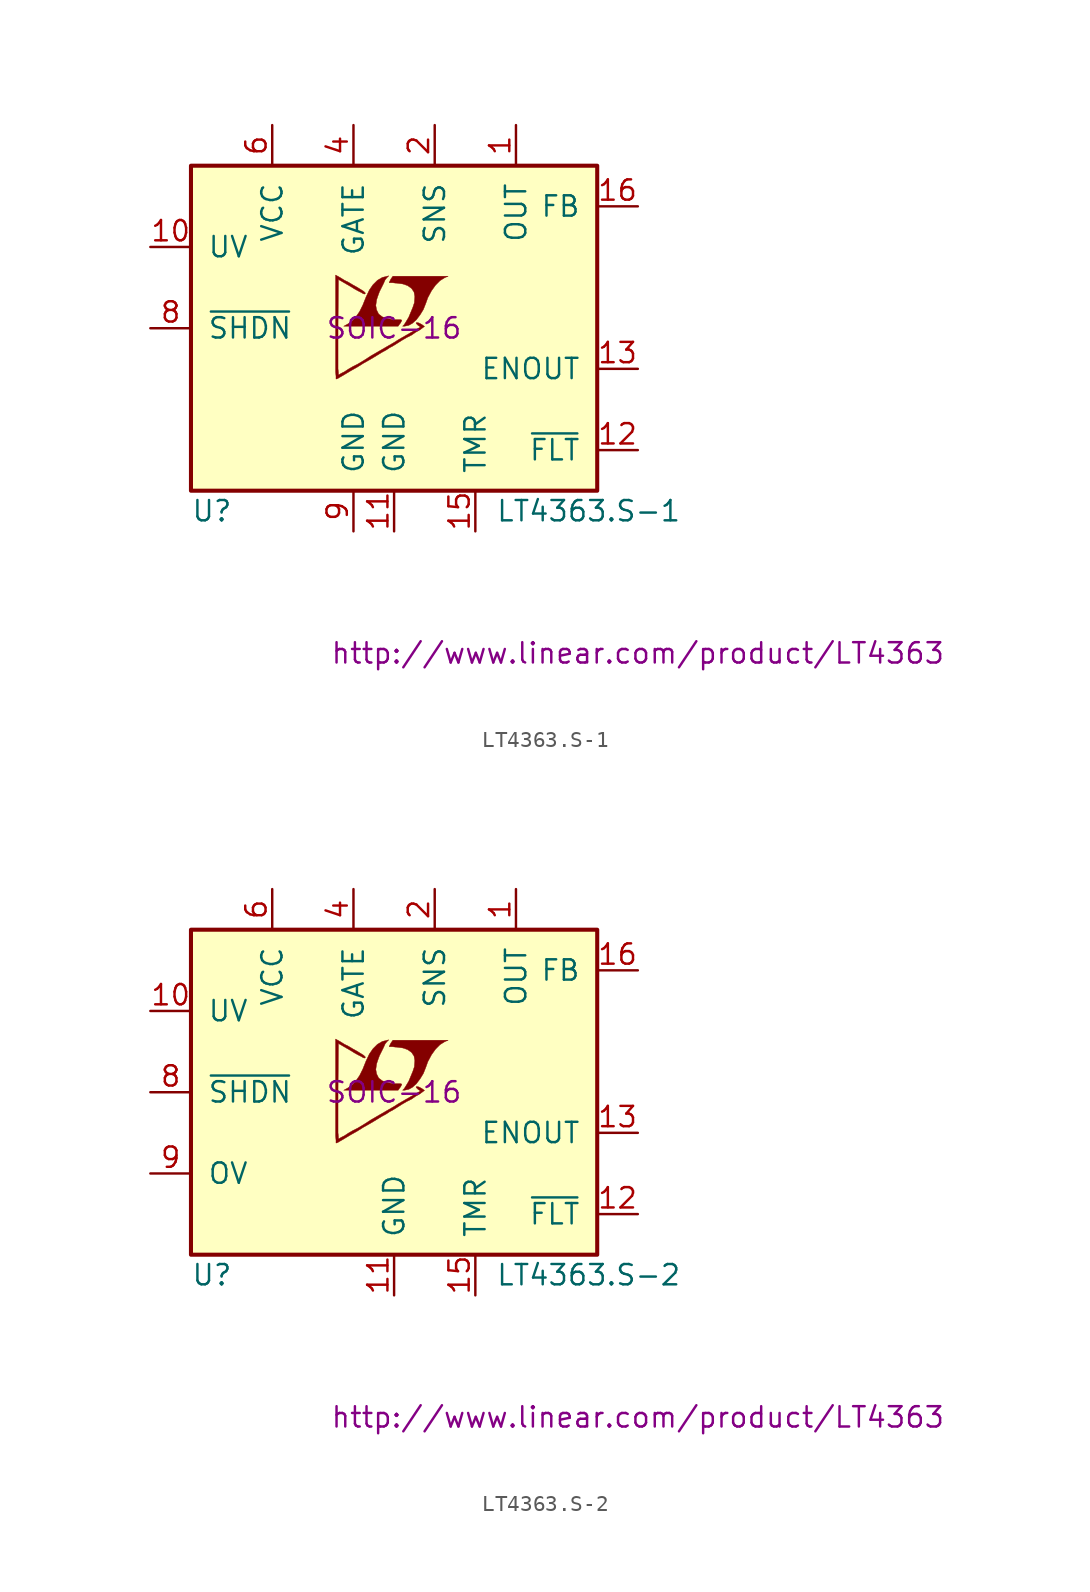
<source format=kicad_sym>
(kicad_symbol_lib
  (version 20201005)
  (generator kicad_symbol_editor)
  (symbol "LT4363.S-1"
    (pin_names
      (offset 1.016))
    (property "Reference" "U"
      (at -12.7 -11.43 0)
      (effects (font (size 1.27 1.27)) (justify left)))
    (property "Value" "LT4363.S-1"
      (at 6.35 -11.43 0)
      (effects (font (size 1.27 1.27)) (justify left)))
    (property "Footprint" "SOIC-16"
      (at 0 0 0)
      (effects (font (size 1.27 1.27))))
    (property "Datasheet" "http://www.linear.com/product/LT4363"
      (at 15.24 -20.32 0)
      (effects (font (size 1.27 1.27))))
    (symbol "LT4363.S-1_0_0"
      (polyline (pts (xy 0.381 0.305) (xy 0.406 0.33) (xy 0.457 0.432) (xy 0.483 0.508) (xy 0.406 0.533) (xy -0.051 0.533) (xy -0.432 0.61) (xy -0.737 0.711) (xy -0.965 0.889) (xy -1.092 1.143) (xy -1.143 1.422) (xy -1.092 1.778) (xy -1.016 2.007) (xy -0.914 2.286) (xy -0.66 2.794) (xy -0.559 3.023) (xy -0.457 3.15) (xy -0.33 3.277) (xy -0.737 3.175) (xy -1.041 2.997) (xy -1.321 2.718) (xy -1.549 2.388) (xy -1.727 2.007) (xy -1.753 1.956) (xy -1.956 1.448) (xy -2.159 1.041) (xy -2.388 0.711) (xy -2.616 0.457) (xy -2.87 0.279) (xy -3.15 0.127) (xy 0.254 0.127) (xy 0.381 0.305)) (stroke (width 0.025)) (fill (type outline)))
      (polyline (pts (xy 0.914 0.178) (xy 1.143 0.305) (xy 1.397 0.533) (xy 1.626 0.838) (xy 1.829 1.168) (xy 1.981 1.549) (xy 2.108 1.905) (xy 2.337 2.337) (xy 2.591 2.692) (xy 2.87 2.972) (xy 3.15 3.15) (xy 3.378 3.251) (xy -0.076 3.251) (xy -0.203 3.073) (xy -0.279 2.921) (xy -0.305 2.845) (xy -0.102 2.845) (xy 0.102 2.819) (xy 0.152 2.819) (xy 0.533 2.769) (xy 0.838 2.667) (xy 1.092 2.489) (xy 1.245 2.261) (xy 1.295 1.981) (xy 1.27 1.651) (xy 1.27 1.6) (xy 1.168 1.295) (xy 0.914 0.686) (xy 0.762 0.432) (xy 0.635 0.229) (xy 0.533 0.127) (xy 0.66 0.127) (xy 0.914 0.178)) (stroke (width 0.025)) (fill (type outline)))
      (polyline (pts (xy -3.531 -3.15) (xy -3.404 -3.073) (xy -3.226 -2.972) (xy -2.718 -2.667) (xy -2.311 -2.438) (xy -1.905 -2.184) (xy -1.499 -1.956) (xy -1.118 -1.727) (xy -0.787 -1.524) (xy -0.508 -1.372) (xy -0.279 -1.219) (xy -0.127 -1.143) (xy 0 -1.067) (xy 0.203 -0.94) (xy 0.483 -0.762) (xy 0.787 -0.584) (xy 1.092 -0.432) (xy 1.346 -0.254) (xy 1.575 -0.127) (xy 1.753 0) (xy 1.854 0.076) (xy 1.905 0.127) (xy 1.88 0.127) (xy 1.778 0.203) (xy 1.651 0.279) (xy 1.549 0.33) (xy 1.422 0.356) (xy 1.372 0.33) (xy 1.397 0.279) (xy 1.499 0.178) (xy 1.651 0.076) (xy 0.279 -0.711) (xy 0 -0.889) (xy -1.448 -1.727) (xy -1.88 -2.007) (xy -2.261 -2.235) (xy -2.565 -2.388) (xy -2.87 -2.565) (xy -3.099 -2.718) (xy -3.302 -2.819) (xy -3.429 -2.896) (xy -3.48 -2.896) (xy -3.48 -2.769) (xy -3.505 -2.54) (xy -3.505 0.076) (xy -3.48 3.048) (xy -2.692 2.591) (xy -2.489 2.464) (xy -2.261 2.337) (xy -2.057 2.235) (xy -1.93 2.159) (xy -1.854 2.134) (xy -1.803 2.159) (xy -1.803 2.21) (xy -1.905 2.311) (xy -2.108 2.438) (xy -2.362 2.591) (xy -2.591 2.718) (xy -2.845 2.87) (xy -3.099 2.997) (xy -3.302 3.124) (xy -3.658 3.327) (xy -3.658 -2.743) (xy -3.632 -2.997) (xy -3.632 -3.175) (xy -3.607 -3.175) (xy -3.531 -3.15)) (stroke (width 0.025)) (fill (type outline))))
    (symbol "LT4363.S-1_0_1"
      (rectangle (start -12.7 10.16) (end 12.7 -10.16) (stroke (width 0.254)) (fill (type background))))
    (symbol "LT4363.S-1_1_1"
      (pin passive line (at 7.62 12.7 270) (length 2.54) (name "OUT" (effects (font (size 1.27 1.27)))) (number "1" (effects (font (size 1.27 1.27)))))
      (pin passive line (at 2.54 12.7 270) (length 2.54) (name "SNS" (effects (font (size 1.27 1.27)))) (number "2" (effects (font (size 1.27 1.27)))))
      (pin unconnected line (at -10.16 -12.7 90) (length 2.54) hide (name "NC" (effects (font (size 1.27 1.27)))) (number "3" (effects (font (size 1.27 1.27)))))
      (pin input line (at -2.54 12.7 270) (length 2.54) (name "GATE" (effects (font (size 1.27 1.27)))) (number "4" (effects (font (size 1.27 1.27)))))
      (pin unconnected line (at -7.62 -12.7 90) (length 2.54) hide (name "NC" (effects (font (size 1.27 1.27)))) (number "5" (effects (font (size 1.27 1.27)))))
      (pin power_in line (at -7.62 12.7 270) (length 2.54) (name "VCC" (effects (font (size 1.27 1.27)))) (number "6" (effects (font (size 1.27 1.27)))))
      (pin unconnected line (at -5.08 -12.7 90) (length 2.54) hide (name "NC" (effects (font (size 1.27 1.27)))) (number "7" (effects (font (size 1.27 1.27)))))
      (pin input line (at -15.24 0 0) (length 2.54) (name "~SHDN~" (effects (font (size 1.27 1.27)))) (number "8" (effects (font (size 1.27 1.27)))))
      (pin power_in line (at -2.54 -12.7 90) (length 2.54) (name "GND" (effects (font (size 1.27 1.27)))) (number "9" (effects (font (size 1.27 1.27)))))
      (pin input line (at -15.24 5.08 0) (length 2.54) (name "UV" (effects (font (size 1.27 1.27)))) (number "10" (effects (font (size 1.27 1.27)))))
      (pin power_in line (at 0 -12.7 90) (length 2.54) (name "GND" (effects (font (size 1.27 1.27)))) (number "11" (effects (font (size 1.27 1.27)))))
      (pin open_collector line (at 15.24 -7.62 180) (length 2.54) (name "~FLT~" (effects (font (size 1.27 1.27)))) (number "12" (effects (font (size 1.27 1.27)))))
      (pin output line (at 15.24 -2.54 180) (length 2.54) (name "ENOUT" (effects (font (size 1.27 1.27)))) (number "13" (effects (font (size 1.27 1.27)))))
      (pin unconnected line (at 7.62 -12.7 90) (length 2.54) hide (name "NC" (effects (font (size 1.27 1.27)))) (number "14" (effects (font (size 1.27 1.27)))))
      (pin passive line (at 5.08 -12.7 90) (length 2.54) (name "TMR" (effects (font (size 1.27 1.27)))) (number "15" (effects (font (size 1.27 1.27)))))
      (pin passive line (at 15.24 7.62 180) (length 2.54) (name "FB" (effects (font (size 1.27 1.27)))) (number "16" (effects (font (size 1.27 1.27)))))))
  (symbol "LT4363.S-2"
    (pin_names
      (offset 1.016))
    (property "Reference" "U"
      (at -12.7 -11.43 0)
      (effects (font (size 1.27 1.27)) (justify left)))
    (property "Value" "LT4363.S-2"
      (at 6.35 -11.43 0)
      (effects (font (size 1.27 1.27)) (justify left)))
    (property "Footprint" "SOIC-16"
      (at 0 0 0)
      (effects (font (size 1.27 1.27))))
    (property "Datasheet" "http://www.linear.com/product/LT4363"
      (at 15.24 -20.32 0)
      (effects (font (size 1.27 1.27))))
    (symbol "LT4363.S-2_0_0"
      (polyline (pts (xy 0.381 0.305) (xy 0.406 0.33) (xy 0.457 0.432) (xy 0.483 0.508) (xy 0.406 0.533) (xy -0.051 0.533) (xy -0.432 0.61) (xy -0.737 0.711) (xy -0.965 0.889) (xy -1.092 1.143) (xy -1.143 1.422) (xy -1.092 1.778) (xy -1.016 2.007) (xy -0.914 2.286) (xy -0.66 2.794) (xy -0.559 3.023) (xy -0.457 3.15) (xy -0.33 3.277) (xy -0.737 3.175) (xy -1.041 2.997) (xy -1.321 2.718) (xy -1.549 2.388) (xy -1.727 2.007) (xy -1.753 1.956) (xy -1.956 1.448) (xy -2.159 1.041) (xy -2.388 0.711) (xy -2.616 0.457) (xy -2.87 0.279) (xy -3.15 0.127) (xy 0.254 0.127) (xy 0.381 0.305)) (stroke (width 0.025)) (fill (type outline)))
      (polyline (pts (xy 0.914 0.178) (xy 1.143 0.305) (xy 1.397 0.533) (xy 1.626 0.838) (xy 1.829 1.168) (xy 1.981 1.549) (xy 2.108 1.905) (xy 2.337 2.337) (xy 2.591 2.692) (xy 2.87 2.972) (xy 3.15 3.15) (xy 3.378 3.251) (xy -0.076 3.251) (xy -0.203 3.073) (xy -0.279 2.921) (xy -0.305 2.845) (xy -0.102 2.845) (xy 0.102 2.819) (xy 0.152 2.819) (xy 0.533 2.769) (xy 0.838 2.667) (xy 1.092 2.489) (xy 1.245 2.261) (xy 1.295 1.981) (xy 1.27 1.651) (xy 1.27 1.6) (xy 1.168 1.295) (xy 0.914 0.686) (xy 0.762 0.432) (xy 0.635 0.229) (xy 0.533 0.127) (xy 0.66 0.127) (xy 0.914 0.178)) (stroke (width 0.025)) (fill (type outline)))
      (polyline (pts (xy -3.531 -3.15) (xy -3.404 -3.073) (xy -3.226 -2.972) (xy -2.718 -2.667) (xy -2.311 -2.438) (xy -1.905 -2.184) (xy -1.499 -1.956) (xy -1.118 -1.727) (xy -0.787 -1.524) (xy -0.508 -1.372) (xy -0.279 -1.219) (xy -0.127 -1.143) (xy 0 -1.067) (xy 0.203 -0.94) (xy 0.483 -0.762) (xy 0.787 -0.584) (xy 1.092 -0.432) (xy 1.346 -0.254) (xy 1.575 -0.127) (xy 1.753 0) (xy 1.854 0.076) (xy 1.905 0.127) (xy 1.88 0.127) (xy 1.778 0.203) (xy 1.651 0.279) (xy 1.549 0.33) (xy 1.422 0.356) (xy 1.372 0.33) (xy 1.397 0.279) (xy 1.499 0.178) (xy 1.651 0.076) (xy 0.279 -0.711) (xy 0 -0.889) (xy -1.448 -1.727) (xy -1.88 -2.007) (xy -2.261 -2.235) (xy -2.565 -2.388) (xy -2.87 -2.565) (xy -3.099 -2.718) (xy -3.302 -2.819) (xy -3.429 -2.896) (xy -3.48 -2.896) (xy -3.48 -2.769) (xy -3.505 -2.54) (xy -3.505 0.076) (xy -3.48 3.048) (xy -2.692 2.591) (xy -2.489 2.464) (xy -2.261 2.337) (xy -2.057 2.235) (xy -1.93 2.159) (xy -1.854 2.134) (xy -1.803 2.159) (xy -1.803 2.21) (xy -1.905 2.311) (xy -2.108 2.438) (xy -2.362 2.591) (xy -2.591 2.718) (xy -2.845 2.87) (xy -3.099 2.997) (xy -3.302 3.124) (xy -3.658 3.327) (xy -3.658 -2.743) (xy -3.632 -2.997) (xy -3.632 -3.175) (xy -3.607 -3.175) (xy -3.531 -3.15)) (stroke (width 0.025)) (fill (type outline))))
    (symbol "LT4363.S-2_0_1"
      (rectangle (start -12.7 10.16) (end 12.7 -10.16) (stroke (width 0.254)) (fill (type background))))
    (symbol "LT4363.S-2_1_1"
      (pin passive line (at 7.62 12.7 270) (length 2.54) (name "OUT" (effects (font (size 1.27 1.27)))) (number "1" (effects (font (size 1.27 1.27)))))
      (pin passive line (at 2.54 12.7 270) (length 2.54) (name "SNS" (effects (font (size 1.27 1.27)))) (number "2" (effects (font (size 1.27 1.27)))))
      (pin unconnected line (at -10.16 -12.7 90) (length 2.54) hide (name "NC" (effects (font (size 1.27 1.27)))) (number "3" (effects (font (size 1.27 1.27)))))
      (pin input line (at -2.54 12.7 270) (length 2.54) (name "GATE" (effects (font (size 1.27 1.27)))) (number "4" (effects (font (size 1.27 1.27)))))
      (pin unconnected line (at -7.62 -12.7 90) (length 2.54) hide (name "NC" (effects (font (size 1.27 1.27)))) (number "5" (effects (font (size 1.27 1.27)))))
      (pin power_in line (at -7.62 12.7 270) (length 2.54) (name "VCC" (effects (font (size 1.27 1.27)))) (number "6" (effects (font (size 1.27 1.27)))))
      (pin unconnected line (at -5.08 -12.7 90) (length 2.54) hide (name "NC" (effects (font (size 1.27 1.27)))) (number "7" (effects (font (size 1.27 1.27)))))
      (pin input line (at -15.24 0 0) (length 2.54) (name "~SHDN~" (effects (font (size 1.27 1.27)))) (number "8" (effects (font (size 1.27 1.27)))))
      (pin passive line (at -15.24 -5.08 0) (length 2.54) (name "OV" (effects (font (size 1.27 1.27)))) (number "9" (effects (font (size 1.27 1.27)))))
      (pin input line (at -15.24 5.08 0) (length 2.54) (name "UV" (effects (font (size 1.27 1.27)))) (number "10" (effects (font (size 1.27 1.27)))))
      (pin power_in line (at 0 -12.7 90) (length 2.54) (name "GND" (effects (font (size 1.27 1.27)))) (number "11" (effects (font (size 1.27 1.27)))))
      (pin open_collector line (at 15.24 -7.62 180) (length 2.54) (name "~FLT~" (effects (font (size 1.27 1.27)))) (number "12" (effects (font (size 1.27 1.27)))))
      (pin output line (at 15.24 -2.54 180) (length 2.54) (name "ENOUT" (effects (font (size 1.27 1.27)))) (number "13" (effects (font (size 1.27 1.27)))))
      (pin unconnected line (at -2.54 -12.7 90) (length 2.54) hide (name "NC" (effects (font (size 1.27 1.27)))) (number "14" (effects (font (size 1.27 1.27)))))
      (pin passive line (at 5.08 -12.7 90) (length 2.54) (name "TMR" (effects (font (size 1.27 1.27)))) (number "15" (effects (font (size 1.27 1.27)))))
      (pin passive line (at 15.24 7.62 180) (length 2.54) (name "FB" (effects (font (size 1.27 1.27)))) (number "16" (effects (font (size 1.27 1.27))))))))
</source>
